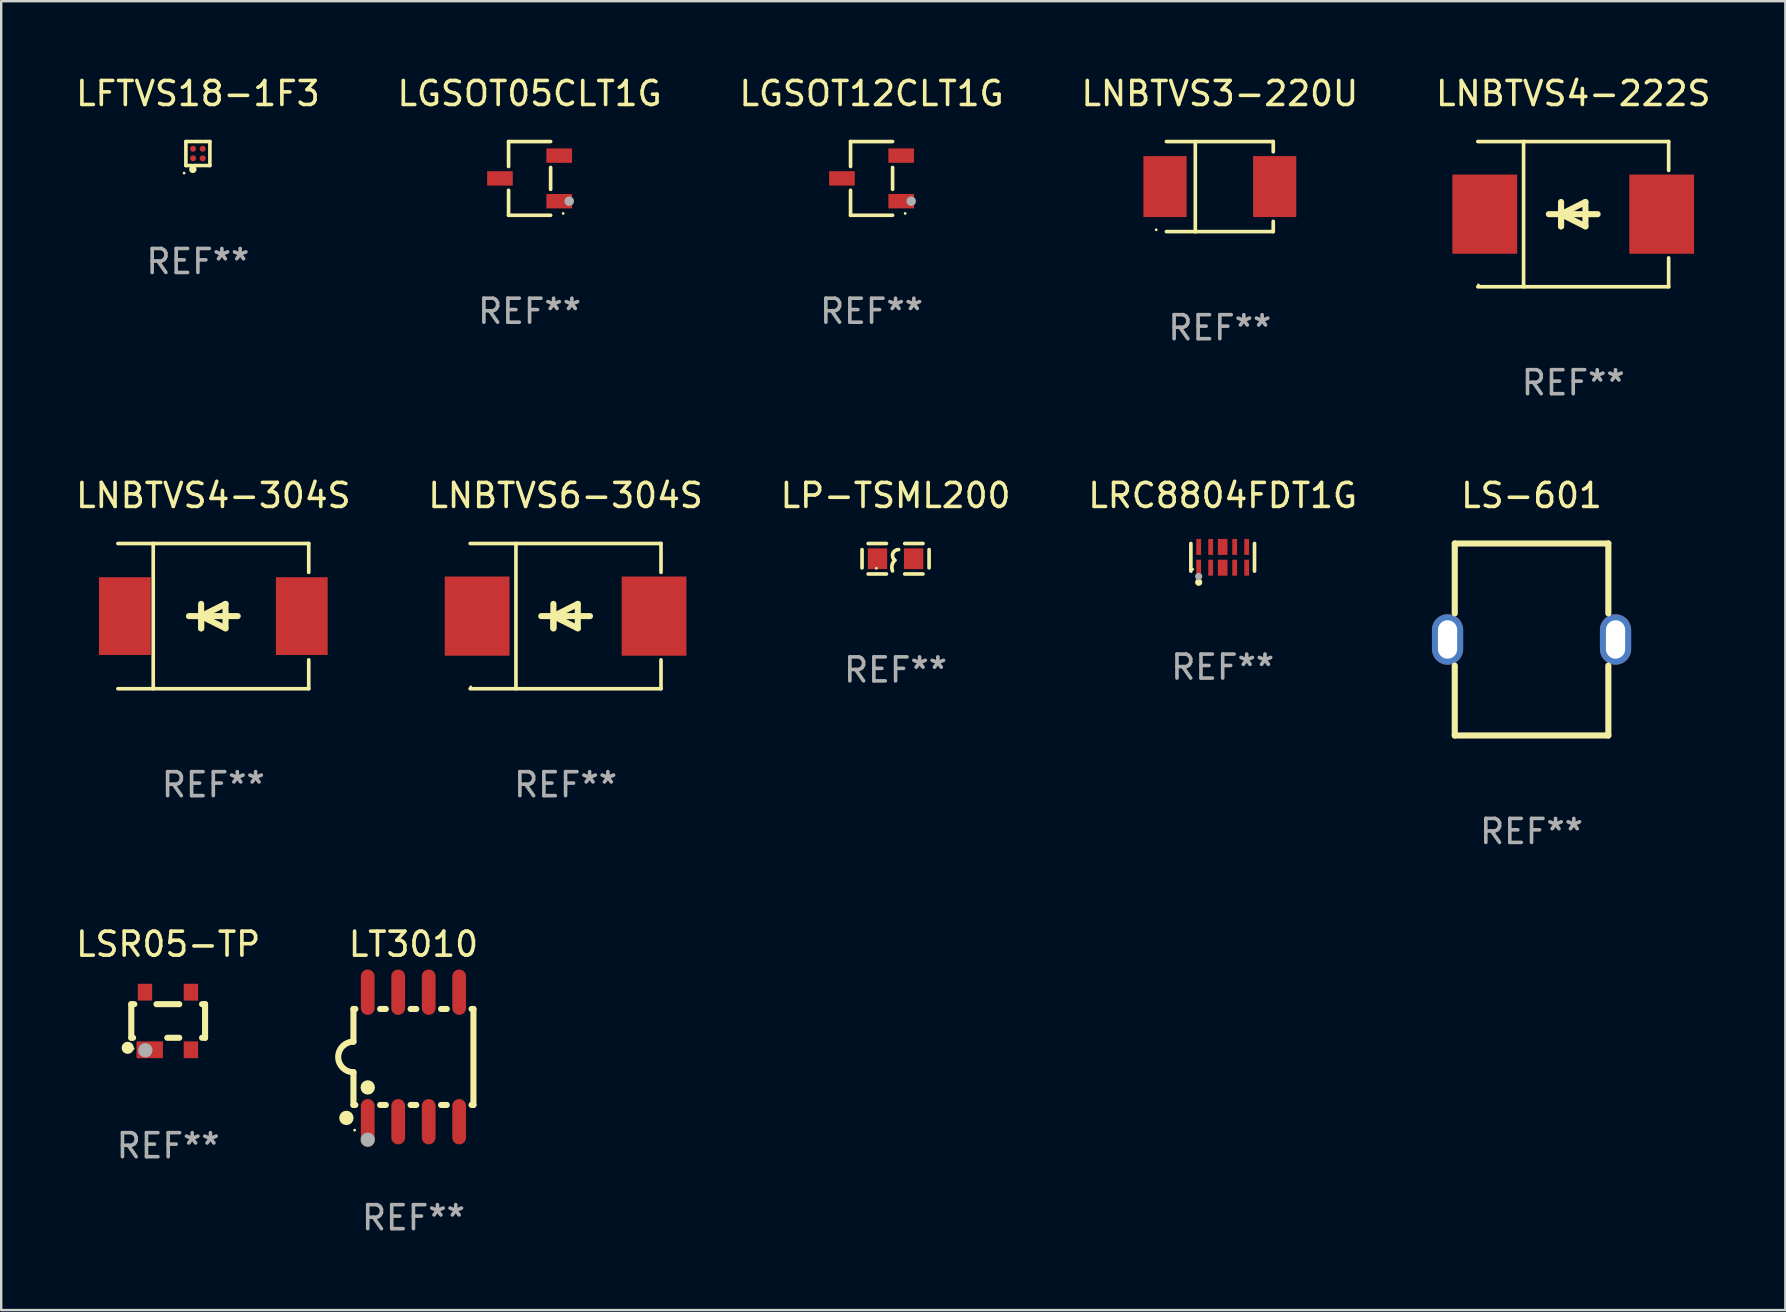
<source format=kicad_pcb>
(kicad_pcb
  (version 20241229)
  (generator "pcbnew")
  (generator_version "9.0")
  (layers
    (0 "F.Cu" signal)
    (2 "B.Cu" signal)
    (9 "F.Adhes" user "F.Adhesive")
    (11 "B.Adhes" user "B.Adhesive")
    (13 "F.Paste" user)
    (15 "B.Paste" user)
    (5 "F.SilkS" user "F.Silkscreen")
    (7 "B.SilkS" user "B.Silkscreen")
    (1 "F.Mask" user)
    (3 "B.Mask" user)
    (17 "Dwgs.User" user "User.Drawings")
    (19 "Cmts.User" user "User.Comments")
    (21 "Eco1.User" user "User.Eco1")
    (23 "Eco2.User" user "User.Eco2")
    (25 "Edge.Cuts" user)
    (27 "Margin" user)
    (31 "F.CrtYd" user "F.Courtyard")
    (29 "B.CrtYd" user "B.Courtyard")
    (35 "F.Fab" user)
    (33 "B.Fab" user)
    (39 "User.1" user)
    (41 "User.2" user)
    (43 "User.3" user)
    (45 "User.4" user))
  (footprint "LS-601"
    (layer "F.Cu")
    (at 60.769 23.597)
    (property "Reference" "LS-601" (at 0 -6 0) (layer "F.SilkS") (effects (font (size 1 1) (thickness 0.15))))
    (attr through_hole)
    (fp_line (start -3.2 -4) (end -3.2 -1.088) (stroke (width 0.254) (type solid)) (layer "F.SilkS"))
    (fp_line (start -3.2 -4) (end 3.2 -4) (stroke (width 0.254) (type solid)) (layer "F.SilkS"))
    (fp_line (start -3.2 1.088) (end -3.2 4) (stroke (width 0.254) (type solid)) (layer "F.SilkS"))
    (fp_line (start -3.2 4) (end 3.2 4) (stroke (width 0.254) (type solid)) (layer "F.SilkS"))
    (fp_line (start 3.2 -4) (end 3.2 -1.088) (stroke (width 0.254) (type solid)) (layer "F.SilkS"))
    (fp_line (start 3.2 1.088) (end 3.2 4) (stroke (width 0.254) (type solid)) (layer "F.SilkS"))
    (fp_text user "REF**" (at 0 8 0) (layer "F.Fab") (effects (font (size 1 1) (thickness 0.15))))
    (pad "1" thru_hole oval (at -3.5 0) (size 1.3 2.1) (drill oval 0.8 1.6) (layers "*.Cu" "*.Mask"))
    (pad "2" thru_hole oval (at 3.5 0) (size 1.3 2.1) (drill oval 0.8 1.6) (layers "*.Cu" "*.Mask")))
  (footprint "LGSOT12CLT1G"
    (layer "F.Cu")
    (at 33.268 4.384)
    (property "Reference" "LGSOT12CLT1G" (at 0 -3.536 0) (layer "F.SilkS") (effects (font (size 1 1) (thickness 0.15))))
    (attr through_hole)
    (fp_line (start -0.876 -1.536) (end -0.876 -0.495) (stroke (width 0.152) (type solid)) (layer "F.SilkS"))
    (fp_line (start -0.876 1.536) (end -0.876 0.495) (stroke (width 0.152) (type solid)) (layer "F.SilkS"))
    (fp_line (start 0.876 -1.536) (end -0.876 -1.536) (stroke (width 0.152) (type solid)) (layer "F.SilkS"))
    (fp_line (start 0.876 -0.455) (end 0.876 0.455) (stroke (width 0.152) (type solid)) (layer "F.SilkS"))
    (fp_line (start 0.876 1.536) (end -0.876 1.536) (stroke (width 0.152) (type solid)) (layer "F.SilkS"))
    (fp_circle (center 1.4 1.46) (end 1.43 1.46) (stroke (width 0.06) (type solid)) (fill no) (layer "F.SilkS"))
    (fp_circle (center 1.651 0.95) (end 1.751 0.95) (stroke (width 0.2) (type solid)) (fill no) (layer "F.Fab"))
    (fp_text user "REF**" (at 0 5.536 0) (layer "F.Fab") (effects (font (size 1 1) (thickness 0.15))))
    (pad "1" smd rect (at 1.235 0.95) (size 1.07 0.6) (layers "F.Cu" "F.Mask" "F.Paste"))
    (pad "2" smd rect (at 1.235 -0.95) (size 1.07 0.6) (layers "F.Cu" "F.Mask" "F.Paste"))
    (pad "3" smd rect (at -1.235 0) (size 1.07 0.6) (layers "F.Cu" "F.Mask" "F.Paste")))
  (footprint "LP-TSML200"
    (layer "F.Cu")
    (at 34.268 20.232)
    (property "Reference" "LP-TSML200" (at 0 -2.635 0) (layer "F.SilkS") (effects (font (size 1 1) (thickness 0.15))))
    (attr through_hole)
    (fp_line (start -1.397 -0.381) (end -1.397 0.381) (stroke (width 0.152) (type solid)) (layer "F.SilkS"))
    (fp_line (start -0.381 -0.635) (end -1.143 -0.635) (stroke (width 0.152) (type solid)) (layer "F.SilkS"))
    (fp_line (start -0.381 0.635) (end -1.143 0.635) (stroke (width 0.152) (type solid)) (layer "F.SilkS"))
    (fp_line (start 0.381 -0.635) (end 1.143 -0.635) (stroke (width 0.152) (type solid)) (layer "F.SilkS"))
    (fp_line (start 0.381 0.635) (end 1.143 0.635) (stroke (width 0.152) (type solid)) (layer "F.SilkS"))
    (fp_line (start 1.397 -0.381) (end 1.397 0.381) (stroke (width 0.152) (type solid)) (layer "F.SilkS"))
    (fp_arc (start -0.127 0.508001) (mid -0.146523 0.271131) (end -0.030861 0.0635) (stroke (width 0.151994) (type solid)) (layer "F.SilkS"))
    (fp_arc (start -0.03175 0.0635) (mid -0.113571 -0.216321) (end 0.127001 -0.381002) (stroke (width 0.151994) (type solid)) (layer "F.SilkS"))
    (fp_circle (center -0.8 0.4) (end -0.77 0.4) (stroke (width 0.06) (type solid)) (fill no) (layer "F.SilkS"))
    (fp_text user "REF**" (at 0 4.635 0) (layer "F.Fab") (effects (font (size 1 1) (thickness 0.15))))
    (pad "1" smd rect (at -0.753 0) (size 0.806 0.864) (layers "F.Cu" "F.Mask" "F.Paste"))
    (pad "2" smd rect (at 0.753 0) (size 0.806 0.864) (layers "F.Cu" "F.Mask" "F.Paste")))
  (footprint "LGSOT05CLT1G"
    (layer "F.Cu")
    (at 19.018 4.384)
    (property "Reference" "LGSOT05CLT1G" (at 0 -3.536 0) (layer "F.SilkS") (effects (font (size 1 1) (thickness 0.15))))
    (attr through_hole)
    (fp_line (start -0.876 -1.536) (end -0.876 -0.495) (stroke (width 0.152) (type solid)) (layer "F.SilkS"))
    (fp_line (start -0.876 1.536) (end -0.876 0.495) (stroke (width 0.152) (type solid)) (layer "F.SilkS"))
    (fp_line (start 0.876 -1.536) (end -0.876 -1.536) (stroke (width 0.152) (type solid)) (layer "F.SilkS"))
    (fp_line (start 0.876 -0.455) (end 0.876 0.455) (stroke (width 0.152) (type solid)) (layer "F.SilkS"))
    (fp_line (start 0.876 1.536) (end -0.876 1.536) (stroke (width 0.152) (type solid)) (layer "F.SilkS"))
    (fp_circle (center 1.4 1.46) (end 1.43 1.46) (stroke (width 0.06) (type solid)) (fill no) (layer "F.SilkS"))
    (fp_circle (center 1.651 0.95) (end 1.751 0.95) (stroke (width 0.2) (type solid)) (fill no) (layer "F.Fab"))
    (fp_text user "REF**" (at 0 5.536 0) (layer "F.Fab") (effects (font (size 1 1) (thickness 0.15))))
    (pad "1" smd rect (at 1.235 0.95) (size 1.07 0.6) (layers "F.Cu" "F.Mask" "F.Paste"))
    (pad "2" smd rect (at 1.235 -0.95) (size 1.07 0.6) (layers "F.Cu" "F.Mask" "F.Paste"))
    (pad "3" smd rect (at -1.235 0) (size 1.07 0.6) (layers "F.Cu" "F.Mask" "F.Paste")))
  (footprint "LNBTVS6-304S"
    (layer "F.Cu")
    (at 20.518 22.623)
    (property "Reference" "LNBTVS6-304S" (at 0 -5.026 0) (layer "F.SilkS") (effects (font (size 1 1) (thickness 0.15))))
    (attr through_hole)
    (fp_line (start -3.976 -3.026) (end 3.976 -3.026) (stroke (width 0.152) (type solid)) (layer "F.SilkS"))
    (fp_line (start -3.976 3.026) (end 3.976 3.026) (stroke (width 0.152) (type solid)) (layer "F.SilkS"))
    (fp_line (start -2.069 -3.026) (end -2.069 3.026) (stroke (width 0.152) (type solid)) (layer "F.SilkS"))
    (fp_line (start -0.508 0) (end -0.508 0.508) (stroke (width 0.254) (type solid)) (layer "F.SilkS"))
    (fp_line (start -0.508 0) (end 0.508 0.508) (stroke (width 0.254) (type solid)) (layer "F.SilkS"))
    (fp_line (start -0.508 0.508) (end -0.508 -0.508) (stroke (width 0.254) (type solid)) (layer "F.SilkS"))
    (fp_line (start 0.508 -0.508) (end -0.508 0) (stroke (width 0.254) (type solid)) (layer "F.SilkS"))
    (fp_line (start 0.508 0.508) (end 0.508 -0.508) (stroke (width 0.254) (type solid)) (layer "F.SilkS"))
    (fp_line (start 1.016 0) (end -1.016 0) (stroke (width 0.254) (type solid)) (layer "F.SilkS"))
    (fp_line (start 3.976 -3.026) (end 3.976 -1.823) (stroke (width 0.152) (type solid)) (layer "F.SilkS"))
    (fp_line (start 3.976 3.026) (end 3.976 1.823) (stroke (width 0.152) (type solid)) (layer "F.SilkS"))
    (fp_circle (center -3.95 2.95) (end -3.92 2.95) (stroke (width 0.06) (type solid)) (fill no) (layer "F.SilkS"))
    (fp_text user "REF**" (at 0 7.026 0) (layer "F.Fab") (effects (font (size 1 1) (thickness 0.15))))
    (pad "1" smd rect (at -3.686 0) (size 2.7 3.3) (layers "F.Cu" "F.Mask" "F.Paste"))
    (pad "2" smd rect (at 3.686 0) (size 2.7 3.3) (layers "F.Cu" "F.Mask" "F.Paste")))
  (footprint "LT3010"
    (layer "F.Cu")
    (at 14.178 40.993)
    (property "Reference" "LT3010" (at 0 -4.699 0) (layer "F.SilkS") (effects (font (size 1 1) (thickness 0.15))))
    (attr through_hole)
    (fp_line (start -2.5 -2) (end -2.5 -0.635) (stroke (width 0.254) (type solid)) (layer "F.SilkS"))
    (fp_line (start -2.5 -2) (end -2.421 -2) (stroke (width 0.254) (type solid)) (layer "F.SilkS"))
    (fp_line (start -2.5 2) (end -2.5 0.635) (stroke (width 0.254) (type solid)) (layer "F.SilkS"))
    (fp_line (start -2.5 2) (end -2.421 2) (stroke (width 0.254) (type solid)) (layer "F.SilkS"))
    (fp_line (start -1.389 -2) (end -1.151 -2) (stroke (width 0.254) (type solid)) (layer "F.SilkS"))
    (fp_line (start -1.389 2) (end -1.151 2) (stroke (width 0.254) (type solid)) (layer "F.SilkS"))
    (fp_line (start -0.119 -2) (end 0.119 -2) (stroke (width 0.254) (type solid)) (layer "F.SilkS"))
    (fp_line (start -0.119 2) (end 0.119 2) (stroke (width 0.254) (type solid)) (layer "F.SilkS"))
    (fp_line (start 1.151 -2) (end 1.389 -2) (stroke (width 0.254) (type solid)) (layer "F.SilkS"))
    (fp_line (start 1.151 2) (end 1.389 2) (stroke (width 0.254) (type solid)) (layer "F.SilkS"))
    (fp_line (start 2.421 -2) (end 2.5 -2) (stroke (width 0.254) (type solid)) (layer "F.SilkS"))
    (fp_line (start 2.421 2) (end 2.5 2) (stroke (width 0.254) (type solid)) (layer "F.SilkS"))
    (fp_line (start 2.5 -2) (end 2.5 2) (stroke (width 0.254) (type solid)) (layer "F.SilkS"))
    (fp_arc (start -2.5 0.635001) (mid -3.134366 -0.000318) (end -2.499365 -0.635001) (stroke (width 0.254001) (type solid)) (layer "F.SilkS"))
    (fp_circle (center -2.794 2.54) (end -2.644 2.54) (stroke (width 0.3) (type solid)) (fill no) (layer "F.SilkS"))
    (fp_circle (center -2.45 3.05) (end -2.42 3.05) (stroke (width 0.06) (type solid)) (fill no) (layer "F.SilkS"))
    (fp_circle (center -1.905 1.27) (end -1.755 1.27) (stroke (width 0.3) (type solid)) (fill no) (layer "F.SilkS"))
    (fp_circle (center -1.905 3.45) (end -1.755 3.45) (stroke (width 0.3) (type solid)) (fill no) (layer "F.Fab"))
    (fp_text user "REF**" (at 0 6.699 0) (layer "F.Fab") (effects (font (size 1 1) (thickness 0.15))))
    (pad "1" smd oval (at -1.905 2.699) (size 0.574 1.888) (layers "F.Cu" "F.Mask" "F.Paste"))
    (pad "2" smd oval (at -0.635 2.699) (size 0.574 1.888) (layers "F.Cu" "F.Mask" "F.Paste"))
    (pad "3" smd oval (at 0.635 2.699) (size 0.574 1.888) (layers "F.Cu" "F.Mask" "F.Paste"))
    (pad "4" smd oval (at 1.905 2.699) (size 0.574 1.888) (layers "F.Cu" "F.Mask" "F.Paste"))
    (pad "5" smd oval (at 1.905 -2.699) (size 0.574 1.888) (layers "F.Cu" "F.Mask" "F.Paste"))
    (pad "6" smd oval (at 0.635 -2.699) (size 0.574 1.888) (layers "F.Cu" "F.Mask" "F.Paste"))
    (pad "7" smd oval (at -0.635 -2.699) (size 0.574 1.888) (layers "F.Cu" "F.Mask" "F.Paste"))
    (pad "8" smd oval (at -1.905 -2.699) (size 0.574 1.888) (layers "F.Cu" "F.Mask" "F.Paste")))
  (footprint "LNBTVS4-222S"
    (layer "F.Cu")
    (at 62.506 5.874)
    (property "Reference" "LNBTVS4-222S" (at 0 -5.026 0) (layer "F.SilkS") (effects (font (size 1 1) (thickness 0.15))))
    (attr through_hole)
    (fp_line (start -3.976 -3.026) (end 3.976 -3.026) (stroke (width 0.152) (type solid)) (layer "F.SilkS"))
    (fp_line (start -3.976 3.026) (end 3.976 3.026) (stroke (width 0.152) (type solid)) (layer "F.SilkS"))
    (fp_line (start -2.069 -3.026) (end -2.069 3.026) (stroke (width 0.152) (type solid)) (layer "F.SilkS"))
    (fp_line (start -0.508 0) (end -0.508 0.508) (stroke (width 0.254) (type solid)) (layer "F.SilkS"))
    (fp_line (start -0.508 0) (end 0.508 0.508) (stroke (width 0.254) (type solid)) (layer "F.SilkS"))
    (fp_line (start -0.508 0.508) (end -0.508 -0.508) (stroke (width 0.254) (type solid)) (layer "F.SilkS"))
    (fp_line (start 0.508 -0.508) (end -0.508 0) (stroke (width 0.254) (type solid)) (layer "F.SilkS"))
    (fp_line (start 0.508 0.508) (end 0.508 -0.508) (stroke (width 0.254) (type solid)) (layer "F.SilkS"))
    (fp_line (start 1.016 0) (end -1.016 0) (stroke (width 0.254) (type solid)) (layer "F.SilkS"))
    (fp_line (start 3.976 -3.026) (end 3.976 -1.823) (stroke (width 0.152) (type solid)) (layer "F.SilkS"))
    (fp_line (start 3.976 3.026) (end 3.976 1.823) (stroke (width 0.152) (type solid)) (layer "F.SilkS"))
    (fp_circle (center -3.95 2.95) (end -3.92 2.95) (stroke (width 0.06) (type solid)) (fill no) (layer "F.SilkS"))
    (fp_text user "REF**" (at 0 7.026 0) (layer "F.Fab") (effects (font (size 1 1) (thickness 0.15))))
    (pad "1" smd rect (at -3.686 0) (size 2.7 3.3) (layers "F.Cu" "F.Mask" "F.Paste"))
    (pad "2" smd rect (at 3.686 0) (size 2.7 3.3) (layers "F.Cu" "F.Mask" "F.Paste")))
  (footprint "LNBTVS4-304S"
    (layer "F.Cu")
    (at 5.839 22.623)
    (property "Reference" "LNBTVS4-304S" (at 0 -5.026 0) (layer "F.SilkS") (effects (font (size 1 1) (thickness 0.15))))
    (attr through_hole)
    (fp_line (start -3.976 -3.026) (end 3.976 -3.026) (stroke (width 0.152) (type solid)) (layer "F.SilkS"))
    (fp_line (start -3.976 3.026) (end 3.976 3.026) (stroke (width 0.152) (type solid)) (layer "F.SilkS"))
    (fp_line (start -2.504 -3.026) (end -2.504 3.026) (stroke (width 0.152) (type solid)) (layer "F.SilkS"))
    (fp_line (start -0.508 0) (end -0.508 0.508) (stroke (width 0.254) (type solid)) (layer "F.SilkS"))
    (fp_line (start -0.508 0) (end 0.508 0.508) (stroke (width 0.254) (type solid)) (layer "F.SilkS"))
    (fp_line (start -0.508 0.508) (end -0.508 -0.508) (stroke (width 0.254) (type solid)) (layer "F.SilkS"))
    (fp_line (start 0.508 -0.508) (end -0.508 0) (stroke (width 0.254) (type solid)) (layer "F.SilkS"))
    (fp_line (start 0.508 0.508) (end 0.508 -0.508) (stroke (width 0.254) (type solid)) (layer "F.SilkS"))
    (fp_line (start 1.016 0) (end -1.016 0) (stroke (width 0.254) (type solid)) (layer "F.SilkS"))
    (fp_line (start 3.976 -3.026) (end 3.976 -1.823) (stroke (width 0.152) (type solid)) (layer "F.SilkS"))
    (fp_line (start 3.976 3.026) (end 3.976 1.823) (stroke (width 0.152) (type solid)) (layer "F.SilkS"))
    (fp_circle (center 3.95 -2.95) (end 3.98 -2.95) (stroke (width 0.06) (type solid)) (fill no) (layer "F.SilkS"))
    (fp_text user "REF**" (at 0 7.026 0) (layer "F.Fab") (effects (font (size 1 1) (thickness 0.15))))
    (pad "1" smd rect (at 3.686 0 180) (size 2.158 3.24) (layers "F.Cu" "F.Mask" "F.Paste"))
    (pad "2" smd rect (at -3.686 0 180) (size 2.158 3.24) (layers "F.Cu" "F.Mask" "F.Paste")))
  (footprint "LNBTVS3-220U"
    (layer "F.Cu")
    (at 47.78 4.728)
    (property "Reference" "LNBTVS3-220U" (at 0 -3.88 0) (layer "F.SilkS") (effects (font (size 1 1) (thickness 0.15))))
    (attr through_hole)
    (fp_line (start -2.226 -1.88) (end 2.226 -1.88) (stroke (width 0.152) (type solid)) (layer "F.SilkS"))
    (fp_line (start -2.226 1.873) (end 2.226 1.873) (stroke (width 0.152) (type solid)) (layer "F.SilkS"))
    (fp_line (start -1.022 -1.873) (end -1.022 1.88) (stroke (width 0.152) (type solid)) (layer "F.SilkS"))
    (fp_line (start 2.226 -1.88) (end 2.226 -1.453) (stroke (width 0.152) (type solid)) (layer "F.SilkS"))
    (fp_line (start 2.226 1.447) (end 2.226 1.873) (stroke (width 0.152) (type solid)) (layer "F.SilkS"))
    (fp_circle (center -2.65 1.797) (end -2.62 1.797) (stroke (width 0.06) (type solid)) (fill no) (layer "F.SilkS"))
    (fp_text user "REF**" (at 0 5.88 0) (layer "F.Fab") (effects (font (size 1 1) (thickness 0.15))))
    (pad "1" smd rect (at -2.285 -0.003) (size 1.8 2.54) (layers "F.Cu" "F.Mask" "F.Paste"))
    (pad "2" smd rect (at 2.285 -0.003) (size 1.8 2.54) (layers "F.Cu" "F.Mask" "F.Paste")))
  (footprint "LRC8804FDT1G"
    (layer "F.Cu")
    (at 47.899 20.173)
    (property "Reference" "LRC8804FDT1G" (at 0 -2.576 0) (layer "F.SilkS") (effects (font (size 1 1) (thickness 0.15))))
    (attr through_hole)
    (fp_line (start -1.326 0.576) (end -1.326 -0.576) (stroke (width 0.152) (type solid)) (layer "F.SilkS"))
    (fp_line (start 1.326 0.576) (end 1.326 -0.576) (stroke (width 0.152) (type solid)) (layer "F.SilkS"))
    (fp_circle (center -1.25 0.5) (end -1.22 0.5) (stroke (width 0.06) (type solid)) (fill no) (layer "F.SilkS"))
    (fp_circle (center -1 1.04) (end -0.925 1.04) (stroke (width 0.15) (type solid)) (fill no) (layer "F.SilkS"))
    (fp_circle (center -1 0.8) (end -0.925 0.8) (stroke (width 0.15) (type solid)) (fill no) (layer "F.Fab"))
    (fp_text user "REF**" (at 0 4.576 0) (layer "F.Fab") (effects (font (size 1 1) (thickness 0.15))))
    (pad "1" smd rect (at -1 0.433) (size 0.2 0.665) (layers "F.Cu" "F.Mask" "F.Paste"))
    (pad "2" smd rect (at -0.5 0.433) (size 0.2 0.665) (layers "F.Cu" "F.Mask" "F.Paste"))
    (pad "3" smd rect (at 0 0.433) (size 0.4 0.665) (layers "F.Cu" "F.Mask" "F.Paste"))
    (pad "4" smd rect (at 0.5 0.433) (size 0.2 0.665) (layers "F.Cu" "F.Mask" "F.Paste"))
    (pad "5" smd rect (at 1 0.433) (size 0.2 0.665) (layers "F.Cu" "F.Mask" "F.Paste"))
    (pad "6" smd rect (at 1 -0.433) (size 0.2 0.665) (layers "F.Cu" "F.Mask" "F.Paste"))
    (pad "7" smd rect (at 0.5 -0.433) (size 0.2 0.665) (layers "F.Cu" "F.Mask" "F.Paste"))
    (pad "8" smd rect (at 0 -0.433) (size 0.4 0.665) (layers "F.Cu" "F.Mask" "F.Paste"))
    (pad "9" smd rect (at -0.5 -0.433) (size 0.2 0.665) (layers "F.Cu" "F.Mask" "F.Paste"))
    (pad "10" smd rect (at -1 -0.433) (size 0.2 0.665) (layers "F.Cu" "F.Mask" "F.Paste")))
  (footprint "LSR05-TP"
    (layer "F.Cu")
    (at 3.958 39.494)
    (property "Reference" "LSR05-TP" (at 0 -3.2 0) (layer "F.SilkS") (effects (font (size 1 1) (thickness 0.15))))
    (attr through_hole)
    (fp_line (start -1.537 -0.7) (end -1.412 -0.7) (stroke (width 0.254) (type solid)) (layer "F.SilkS"))
    (fp_line (start -1.537 0.7) (end -1.537 -0.7) (stroke (width 0.254) (type solid)) (layer "F.SilkS"))
    (fp_line (start -1.537 0.7) (end -1.462 0.7) (stroke (width 0.254) (type solid)) (layer "F.SilkS"))
    (fp_line (start -0.488 -0.7) (end 0.462 -0.7) (stroke (width 0.254) (type solid)) (layer "F.SilkS"))
    (fp_line (start -0.038 0.7) (end 0.462 0.7) (stroke (width 0.254) (type solid)) (layer "F.SilkS"))
    (fp_line (start 1.412 -0.7) (end 1.537 -0.7) (stroke (width 0.254) (type solid)) (layer "F.SilkS"))
    (fp_line (start 1.412 0.7) (end 1.537 0.7) (stroke (width 0.254) (type solid)) (layer "F.SilkS"))
    (fp_line (start 1.537 0.7) (end 1.537 -0.7) (stroke (width 0.254) (type solid)) (layer "F.SilkS"))
    (fp_circle (center -1.687 1.118) (end -1.56 1.118) (stroke (width 0.254) (type solid)) (fill no) (layer "F.SilkS"))
    (fp_circle (center -1.461 1.15) (end -1.431 1.15) (stroke (width 0.06) (type solid)) (fill no) (layer "F.SilkS"))
    (fp_circle (center -0.951 1.219) (end -0.801 1.219) (stroke (width 0.3) (type solid)) (fill no) (layer "F.Fab"))
    (fp_text user "REF**" (at 0 5.2 0) (layer "F.Fab") (effects (font (size 1 1) (thickness 0.15))))
    (pad "1" smd rect (at -0.769 1.2) (size 1.1 0.7) (layers "F.Cu" "F.Mask" "F.Paste"))
    (pad "2" smd rect (at 0.947 1.2) (size 0.6 0.7) (layers "F.Cu" "F.Mask" "F.Paste"))
    (pad "3" smd rect (at 0.947 -1.2) (size 0.6 0.7) (layers "F.Cu" "F.Mask" "F.Paste"))
    (pad "4" smd rect (at -0.969 -1.2) (size 0.6 0.7) (layers "F.Cu" "F.Mask" "F.Paste")))
  (footprint "LFTVS18-1F3"
    (layer "F.Cu")
    (at 5.196 3.348)
    (property "Reference" "LFTVS18-1F3" (at 0 -2.5 0) (layer "F.SilkS") (effects (font (size 1 1) (thickness 0.15))))
    (attr through_hole)
    (fp_line (start -0.5 -0.5) (end -0.234 -0.5) (stroke (width 0.15) (type solid)) (layer "F.SilkS"))
    (fp_line (start -0.5 -0.234) (end -0.5 -0.5) (stroke (width 0.15) (type solid)) (layer "F.SilkS"))
    (fp_line (start -0.5 0.166) (end -0.5 -0.166) (stroke (width 0.15) (type solid)) (layer "F.SilkS"))
    (fp_line (start -0.5 0.5) (end -0.5 0.234) (stroke (width 0.15) (type solid)) (layer "F.SilkS"))
    (fp_line (start -0.234 0.5) (end -0.5 0.5) (stroke (width 0.15) (type solid)) (layer "F.SilkS"))
    (fp_line (start -0.166 -0.5) (end 0.166 -0.5) (stroke (width 0.15) (type solid)) (layer "F.SilkS"))
    (fp_line (start 0.166 0.5) (end -0.166 0.5) (stroke (width 0.15) (type solid)) (layer "F.SilkS"))
    (fp_line (start 0.234 -0.5) (end 0.5 -0.5) (stroke (width 0.15) (type solid)) (layer "F.SilkS"))
    (fp_line (start 0.5 -0.5) (end 0.5 -0.234) (stroke (width 0.15) (type solid)) (layer "F.SilkS"))
    (fp_line (start 0.5 -0.166) (end 0.5 0.166) (stroke (width 0.15) (type solid)) (layer "F.SilkS"))
    (fp_line (start 0.5 0.234) (end 0.5 0.5) (stroke (width 0.15) (type solid)) (layer "F.SilkS"))
    (fp_line (start 0.5 0.5) (end 0.234 0.5) (stroke (width 0.15) (type solid)) (layer "F.SilkS"))
    (fp_circle (center -0.575 0.815) (end -0.545 0.815) (stroke (width 0.06) (type solid)) (fill no) (layer "F.SilkS"))
    (fp_circle (center -0.21 0.66) (end -0.13 0.66) (stroke (width 0.15) (type solid)) (fill no) (layer "F.SilkS"))
    (fp_text user "REF**" (at 0 4.5 0) (layer "F.Fab") (effects (font (size 1 1) (thickness 0.15))))
    (pad "A1" smd circle (at -0.2 0.2) (size 0.25 0.25) (layers "F.Cu" "F.Mask" "F.Paste"))
    (pad "A2" smd circle (at -0.2 -0.2) (size 0.25 0.25) (layers "F.Cu" "F.Mask" "F.Paste"))
    (pad "B1" smd circle (at 0.2 0.2) (size 0.25 0.25) (layers "F.Cu" "F.Mask" "F.Paste"))
    (pad "B2" smd circle (at 0.2 -0.2) (size 0.25 0.25) (layers "F.Cu" "F.Mask" "F.Paste")))
  (gr_rect
    (start -3 -3)
    (end 71.345 51.54)
    (stroke (width 0.1) (type default))
    (fill no)
    (layer "Edge.Cuts")))
</source>
